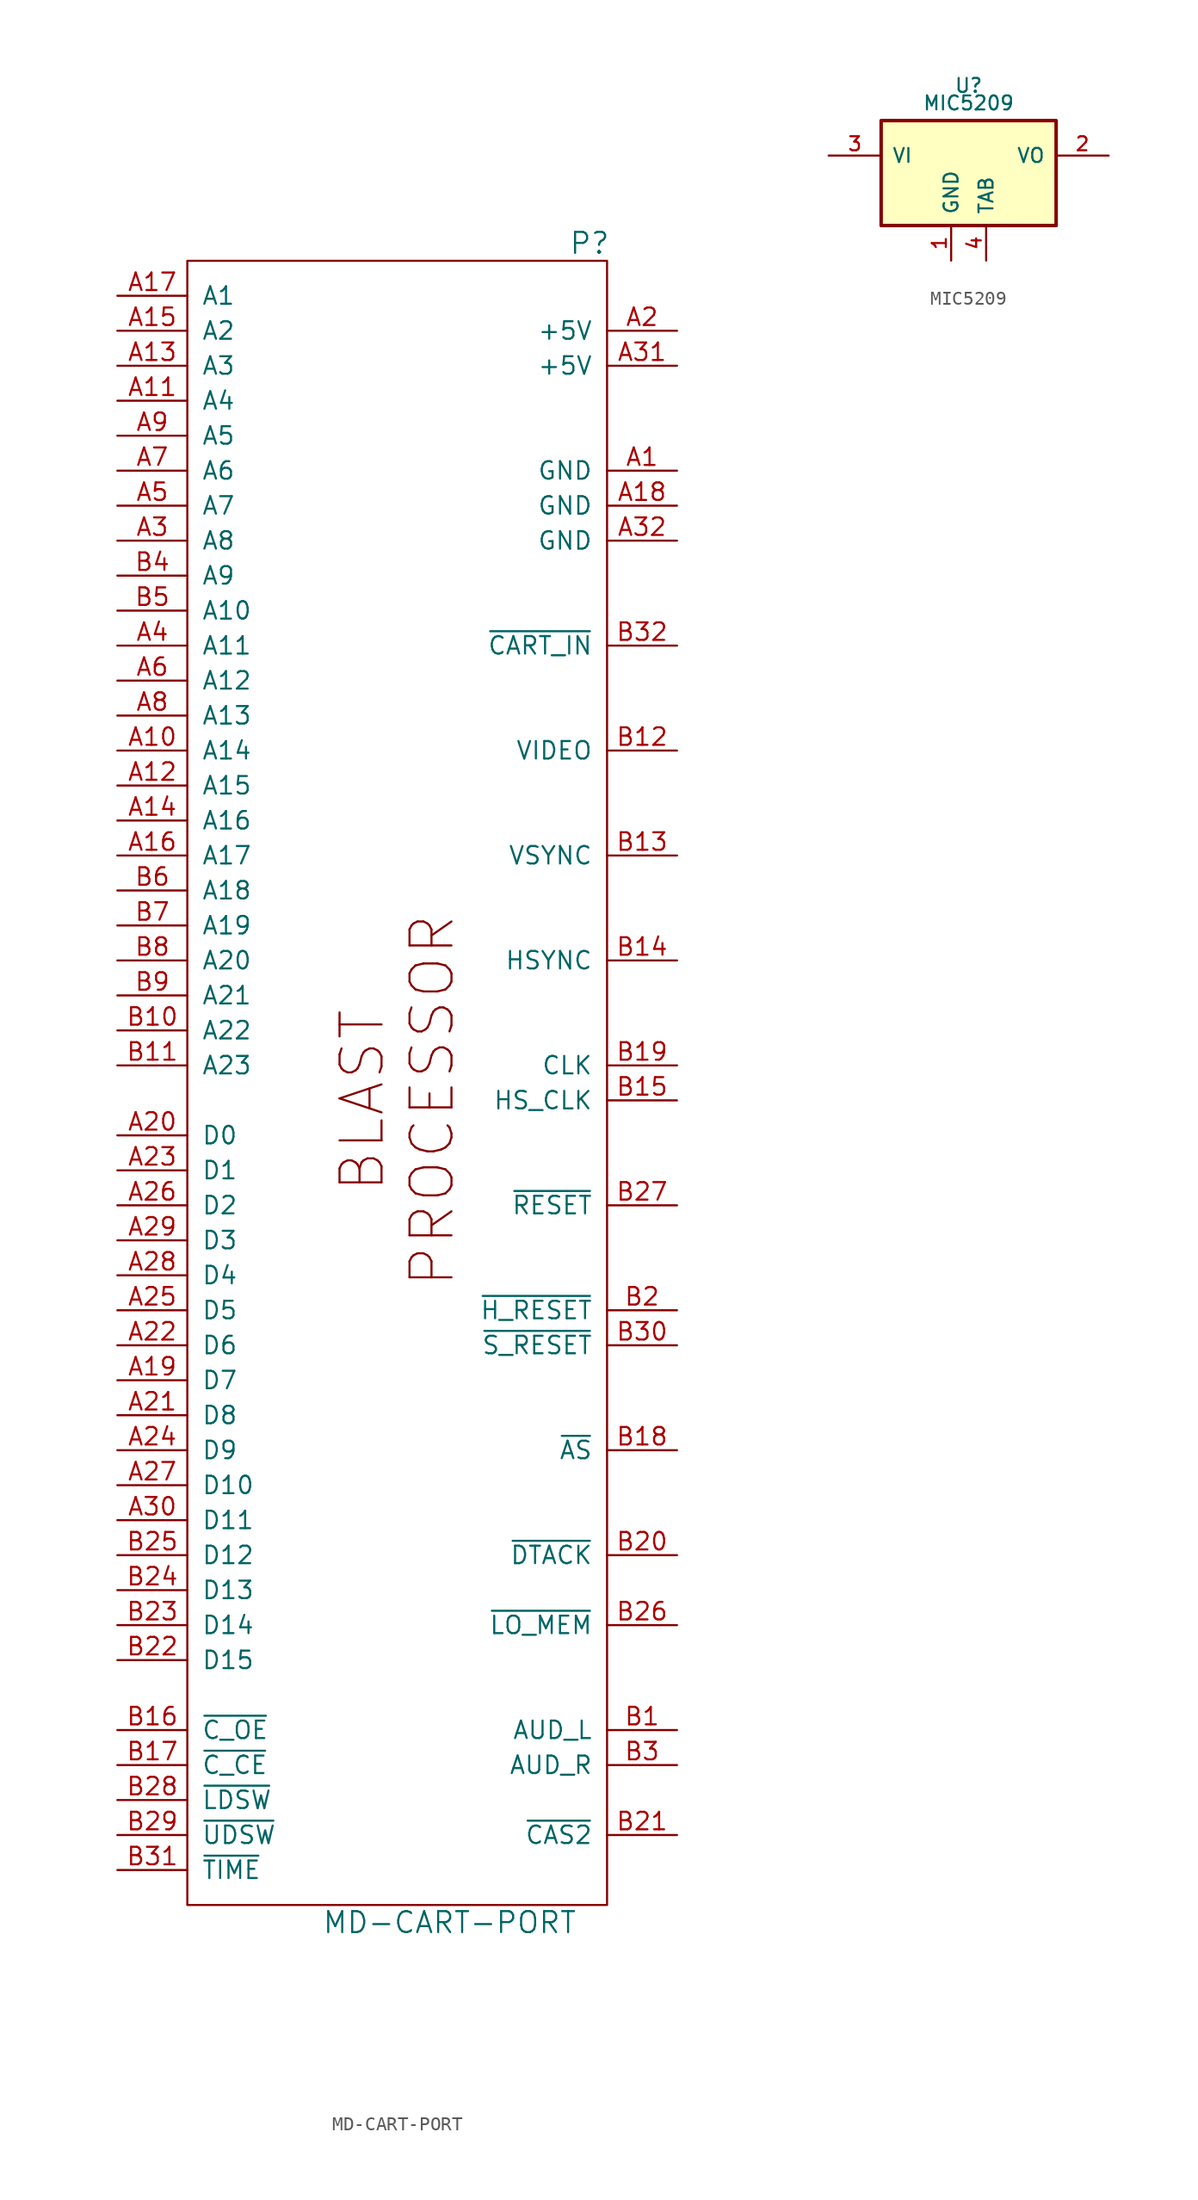
<source format=kicad_sym>
(kicad_symbol_lib
  (version 20241209)
  (generator "kicad_symbol_editor")
  (generator_version "9.0")
  (symbol "MD-CART-PORT"
    (pin_names
      (offset 1.016))
    (property "Reference" "P"
      (at 13.97 62.23 0)
      (effects (font (size 1.524 1.524))))
    (property "Value" "MD-CART-PORT"
      (at 3.81 -59.69 0)
      (effects (font (size 1.524 1.524))))
    (property "Footprint" ""
      (at 11.43 -17.78 0)
      (effects (font (size 1.524 1.524))))
    (property "Datasheet" ""
      (at 11.43 -17.78 0)
      (effects (font (size 1.524 1.524))))
    (symbol "MD-CART-PORT_0_0"
      (text "BLAST" (at -2.54 0 900) (effects (font (size 3.048 3.048))))
      (text "PROCESSOR" (at 2.54 0 900) (effects (font (size 3.048 3.048)))))
    (symbol "MD-CART-PORT_0_1"
      (rectangle (start 15.24 60.96) (end -15.24 -58.42) (stroke (width 0) (type default)) (fill (type none))))
    (symbol "MD-CART-PORT_1_1"
      (pin input line (at -20.32 58.42 0) (length 5.08) (name "A1" (effects (font (size 1.27 1.27)))) (number "A17" (effects (font (size 1.27 1.27)))))
      (pin input line (at -20.32 55.88 0) (length 5.08) (name "A2" (effects (font (size 1.27 1.27)))) (number "A15" (effects (font (size 1.27 1.27)))))
      (pin input line (at -20.32 53.34 0) (length 5.08) (name "A3" (effects (font (size 1.27 1.27)))) (number "A13" (effects (font (size 1.27 1.27)))))
      (pin input line (at -20.32 50.8 0) (length 5.08) (name "A4" (effects (font (size 1.27 1.27)))) (number "A11" (effects (font (size 1.27 1.27)))))
      (pin input line (at -20.32 48.26 0) (length 5.08) (name "A5" (effects (font (size 1.27 1.27)))) (number "A9" (effects (font (size 1.27 1.27)))))
      (pin input line (at -20.32 45.72 0) (length 5.08) (name "A6" (effects (font (size 1.27 1.27)))) (number "A7" (effects (font (size 1.27 1.27)))))
      (pin input line (at -20.32 43.18 0) (length 5.08) (name "A7" (effects (font (size 1.27 1.27)))) (number "A5" (effects (font (size 1.27 1.27)))))
      (pin input line (at -20.32 40.64 0) (length 5.08) (name "A8" (effects (font (size 1.27 1.27)))) (number "A3" (effects (font (size 1.27 1.27)))))
      (pin input line (at -20.32 38.1 0) (length 5.08) (name "A9" (effects (font (size 1.27 1.27)))) (number "B4" (effects (font (size 1.27 1.27)))))
      (pin input line (at -20.32 35.56 0) (length 5.08) (name "A10" (effects (font (size 1.27 1.27)))) (number "B5" (effects (font (size 1.27 1.27)))))
      (pin input line (at -20.32 33.02 0) (length 5.08) (name "A11" (effects (font (size 1.27 1.27)))) (number "A4" (effects (font (size 1.27 1.27)))))
      (pin input line (at -20.32 30.48 0) (length 5.08) (name "A12" (effects (font (size 1.27 1.27)))) (number "A6" (effects (font (size 1.27 1.27)))))
      (pin input line (at -20.32 27.94 0) (length 5.08) (name "A13" (effects (font (size 1.27 1.27)))) (number "A8" (effects (font (size 1.27 1.27)))))
      (pin input line (at -20.32 25.4 0) (length 5.08) (name "A14" (effects (font (size 1.27 1.27)))) (number "A10" (effects (font (size 1.27 1.27)))))
      (pin input line (at -20.32 22.86 0) (length 5.08) (name "A15" (effects (font (size 1.27 1.27)))) (number "A12" (effects (font (size 1.27 1.27)))))
      (pin input line (at -20.32 20.32 0) (length 5.08) (name "A16" (effects (font (size 1.27 1.27)))) (number "A14" (effects (font (size 1.27 1.27)))))
      (pin input line (at -20.32 17.78 0) (length 5.08) (name "A17" (effects (font (size 1.27 1.27)))) (number "A16" (effects (font (size 1.27 1.27)))))
      (pin input line (at -20.32 15.24 0) (length 5.08) (name "A18" (effects (font (size 1.27 1.27)))) (number "B6" (effects (font (size 1.27 1.27)))))
      (pin input line (at -20.32 12.7 0) (length 5.08) (name "A19" (effects (font (size 1.27 1.27)))) (number "B7" (effects (font (size 1.27 1.27)))))
      (pin input line (at -20.32 10.16 0) (length 5.08) (name "A20" (effects (font (size 1.27 1.27)))) (number "B8" (effects (font (size 1.27 1.27)))))
      (pin input line (at -20.32 7.62 0) (length 5.08) (name "A21" (effects (font (size 1.27 1.27)))) (number "B9" (effects (font (size 1.27 1.27)))))
      (pin input line (at -20.32 5.08 0) (length 5.08) (name "A22" (effects (font (size 1.27 1.27)))) (number "B10" (effects (font (size 1.27 1.27)))))
      (pin input line (at -20.32 2.54 0) (length 5.08) (name "A23" (effects (font (size 1.27 1.27)))) (number "B11" (effects (font (size 1.27 1.27)))))
      (pin tri_state line (at -20.32 -2.54 0) (length 5.08) (name "D0" (effects (font (size 1.27 1.27)))) (number "A20" (effects (font (size 1.27 1.27)))))
      (pin tri_state line (at -20.32 -5.08 0) (length 5.08) (name "D1" (effects (font (size 1.27 1.27)))) (number "A23" (effects (font (size 1.27 1.27)))))
      (pin tri_state line (at -20.32 -7.62 0) (length 5.08) (name "D2" (effects (font (size 1.27 1.27)))) (number "A26" (effects (font (size 1.27 1.27)))))
      (pin tri_state line (at -20.32 -10.16 0) (length 5.08) (name "D3" (effects (font (size 1.27 1.27)))) (number "A29" (effects (font (size 1.27 1.27)))))
      (pin tri_state line (at -20.32 -12.7 0) (length 5.08) (name "D4" (effects (font (size 1.27 1.27)))) (number "A28" (effects (font (size 1.27 1.27)))))
      (pin tri_state line (at -20.32 -15.24 0) (length 5.08) (name "D5" (effects (font (size 1.27 1.27)))) (number "A25" (effects (font (size 1.27 1.27)))))
      (pin tri_state line (at -20.32 -17.78 0) (length 5.08) (name "D6" (effects (font (size 1.27 1.27)))) (number "A22" (effects (font (size 1.27 1.27)))))
      (pin tri_state line (at -20.32 -20.32 0) (length 5.08) (name "D7" (effects (font (size 1.27 1.27)))) (number "A19" (effects (font (size 1.27 1.27)))))
      (pin tri_state line (at -20.32 -22.86 0) (length 5.08) (name "D8" (effects (font (size 1.27 1.27)))) (number "A21" (effects (font (size 1.27 1.27)))))
      (pin tri_state line (at -20.32 -25.4 0) (length 5.08) (name "D9" (effects (font (size 1.27 1.27)))) (number "A24" (effects (font (size 1.27 1.27)))))
      (pin tri_state line (at -20.32 -27.94 0) (length 5.08) (name "D10" (effects (font (size 1.27 1.27)))) (number "A27" (effects (font (size 1.27 1.27)))))
      (pin tri_state line (at -20.32 -30.48 0) (length 5.08) (name "D11" (effects (font (size 1.27 1.27)))) (number "A30" (effects (font (size 1.27 1.27)))))
      (pin tri_state line (at -20.32 -33.02 0) (length 5.08) (name "D12" (effects (font (size 1.27 1.27)))) (number "B25" (effects (font (size 1.27 1.27)))))
      (pin tri_state line (at -20.32 -35.56 0) (length 5.08) (name "D13" (effects (font (size 1.27 1.27)))) (number "B24" (effects (font (size 1.27 1.27)))))
      (pin tri_state line (at -20.32 -38.1 0) (length 5.08) (name "D14" (effects (font (size 1.27 1.27)))) (number "B23" (effects (font (size 1.27 1.27)))))
      (pin tri_state line (at -20.32 -40.64 0) (length 5.08) (name "D15" (effects (font (size 1.27 1.27)))) (number "B22" (effects (font (size 1.27 1.27)))))
      (pin input line (at -20.32 -45.72 0) (length 5.08) (name "~{C_OE}" (effects (font (size 1.27 1.27)))) (number "B16" (effects (font (size 1.27 1.27)))))
      (pin input line (at -20.32 -48.26 0) (length 5.08) (name "~{C_CE}" (effects (font (size 1.27 1.27)))) (number "B17" (effects (font (size 1.27 1.27)))))
      (pin input line (at -20.32 -50.8 0) (length 5.08) (name "~{LDSW}" (effects (font (size 1.27 1.27)))) (number "B28" (effects (font (size 1.27 1.27)))))
      (pin input line (at -20.32 -53.34 0) (length 5.08) (name "~{UDSW}" (effects (font (size 1.27 1.27)))) (number "B29" (effects (font (size 1.27 1.27)))))
      (pin input line (at -20.32 -55.88 0) (length 5.08) (name "~{TIME}" (effects (font (size 1.27 1.27)))) (number "B31" (effects (font (size 1.27 1.27)))))
      (pin power_in line (at 20.32 55.88 180) (length 5.08) (name "+5V" (effects (font (size 1.27 1.27)))) (number "A2" (effects (font (size 1.27 1.27)))))
      (pin power_in line (at 20.32 53.34 180) (length 5.08) (name "+5V" (effects (font (size 1.27 1.27)))) (number "A31" (effects (font (size 1.27 1.27)))))
      (pin power_in line (at 20.32 45.72 180) (length 5.08) (name "GND" (effects (font (size 1.27 1.27)))) (number "A1" (effects (font (size 1.27 1.27)))))
      (pin power_in line (at 20.32 43.18 180) (length 5.08) (name "GND" (effects (font (size 1.27 1.27)))) (number "A18" (effects (font (size 1.27 1.27)))))
      (pin power_in line (at 20.32 40.64 180) (length 5.08) (name "GND" (effects (font (size 1.27 1.27)))) (number "A32" (effects (font (size 1.27 1.27)))))
      (pin output line (at 20.32 33.02 180) (length 5.08) (name "~{CART_IN}" (effects (font (size 1.27 1.27)))) (number "B32" (effects (font (size 1.27 1.27)))))
      (pin passive line (at 20.32 25.4 180) (length 5.08) (name "VIDEO" (effects (font (size 1.27 1.27)))) (number "B12" (effects (font (size 1.27 1.27)))))
      (pin input line (at 20.32 17.78 180) (length 5.08) (name "VSYNC" (effects (font (size 1.27 1.27)))) (number "B13" (effects (font (size 1.27 1.27)))))
      (pin input line (at 20.32 10.16 180) (length 5.08) (name "HSYNC" (effects (font (size 1.27 1.27)))) (number "B14" (effects (font (size 1.27 1.27)))))
      (pin input line (at 20.32 2.54 180) (length 5.08) (name "CLK" (effects (font (size 1.27 1.27)))) (number "B19" (effects (font (size 1.27 1.27)))))
      (pin input line (at 20.32 0 180) (length 5.08) (name "HS_CLK" (effects (font (size 1.27 1.27)))) (number "B15" (effects (font (size 1.27 1.27)))))
      (pin input line (at 20.32 -7.62 180) (length 5.08) (name "~{RESET}" (effects (font (size 1.27 1.27)))) (number "B27" (effects (font (size 1.27 1.27)))))
      (pin output line (at 20.32 -15.24 180) (length 5.08) (name "~{H_RESET}" (effects (font (size 1.27 1.27)))) (number "B2" (effects (font (size 1.27 1.27)))))
      (pin output line (at 20.32 -17.78 180) (length 5.08) (name "~{S_RESET}" (effects (font (size 1.27 1.27)))) (number "B30" (effects (font (size 1.27 1.27)))))
      (pin input line (at 20.32 -25.4 180) (length 5.08) (name "~{AS}" (effects (font (size 1.27 1.27)))) (number "B18" (effects (font (size 1.27 1.27)))))
      (pin output line (at 20.32 -33.02 180) (length 5.08) (name "~{DTACK}" (effects (font (size 1.27 1.27)))) (number "B20" (effects (font (size 1.27 1.27)))))
      (pin input line (at 20.32 -38.1 180) (length 5.08) (name "~{LO_MEM}" (effects (font (size 1.27 1.27)))) (number "B26" (effects (font (size 1.27 1.27)))))
      (pin passive line (at 20.32 -45.72 180) (length 5.08) (name "AUD_L" (effects (font (size 1.27 1.27)))) (number "B1" (effects (font (size 1.27 1.27)))))
      (pin passive line (at 20.32 -48.26 180) (length 5.08) (name "AUD_R" (effects (font (size 1.27 1.27)))) (number "B3" (effects (font (size 1.27 1.27)))))
      (pin input line (at 20.32 -53.34 180) (length 5.08) (name "~{CAS2}" (effects (font (size 1.27 1.27)))) (number "B21" (effects (font (size 1.27 1.27)))))))
  (symbol "MIC5209"
    (pin_names
      (offset 0.762))
    (property "Reference" "U"
      (at 0 6.35 0)
      (effects (font (size 1.016 1.016))))
    (property "Value" "MIC5209"
      (at 0 5.08 0)
      (effects (font (size 1.016 1.016))))
    (property "Datasheet" ""
      (at 0 0 0)
      (effects (font (size 1.524 1.524))))
    (symbol "MIC5209_0_1"
      (rectangle (start -6.35 -3.81) (end 6.35 3.81) (stroke (width 0.254) (type default)) (fill (type background))))
    (symbol "MIC5209_1_1"
      (pin power_in line (at -10.16 1.27 0) (length 3.81) (name "VI" (effects (font (size 1.016 1.016)))) (number "3" (effects (font (size 1.016 1.016)))))
      (pin power_in line (at -1.27 -6.35 90) (length 2.54) (name "GND" (effects (font (size 1.016 1.016)))) (number "1" (effects (font (size 1.016 1.016)))))
      (pin power_in line (at 1.27 -6.35 90) (length 2.54) (name "TAB" (effects (font (size 1.016 1.016)))) (number "4" (effects (font (size 1.016 1.016)))))
      (pin power_out line (at 10.16 1.27 180) (length 3.81) (name "VO" (effects (font (size 1.016 1.016)))) (number "2" (effects (font (size 1.016 1.016))))))))
</source>
